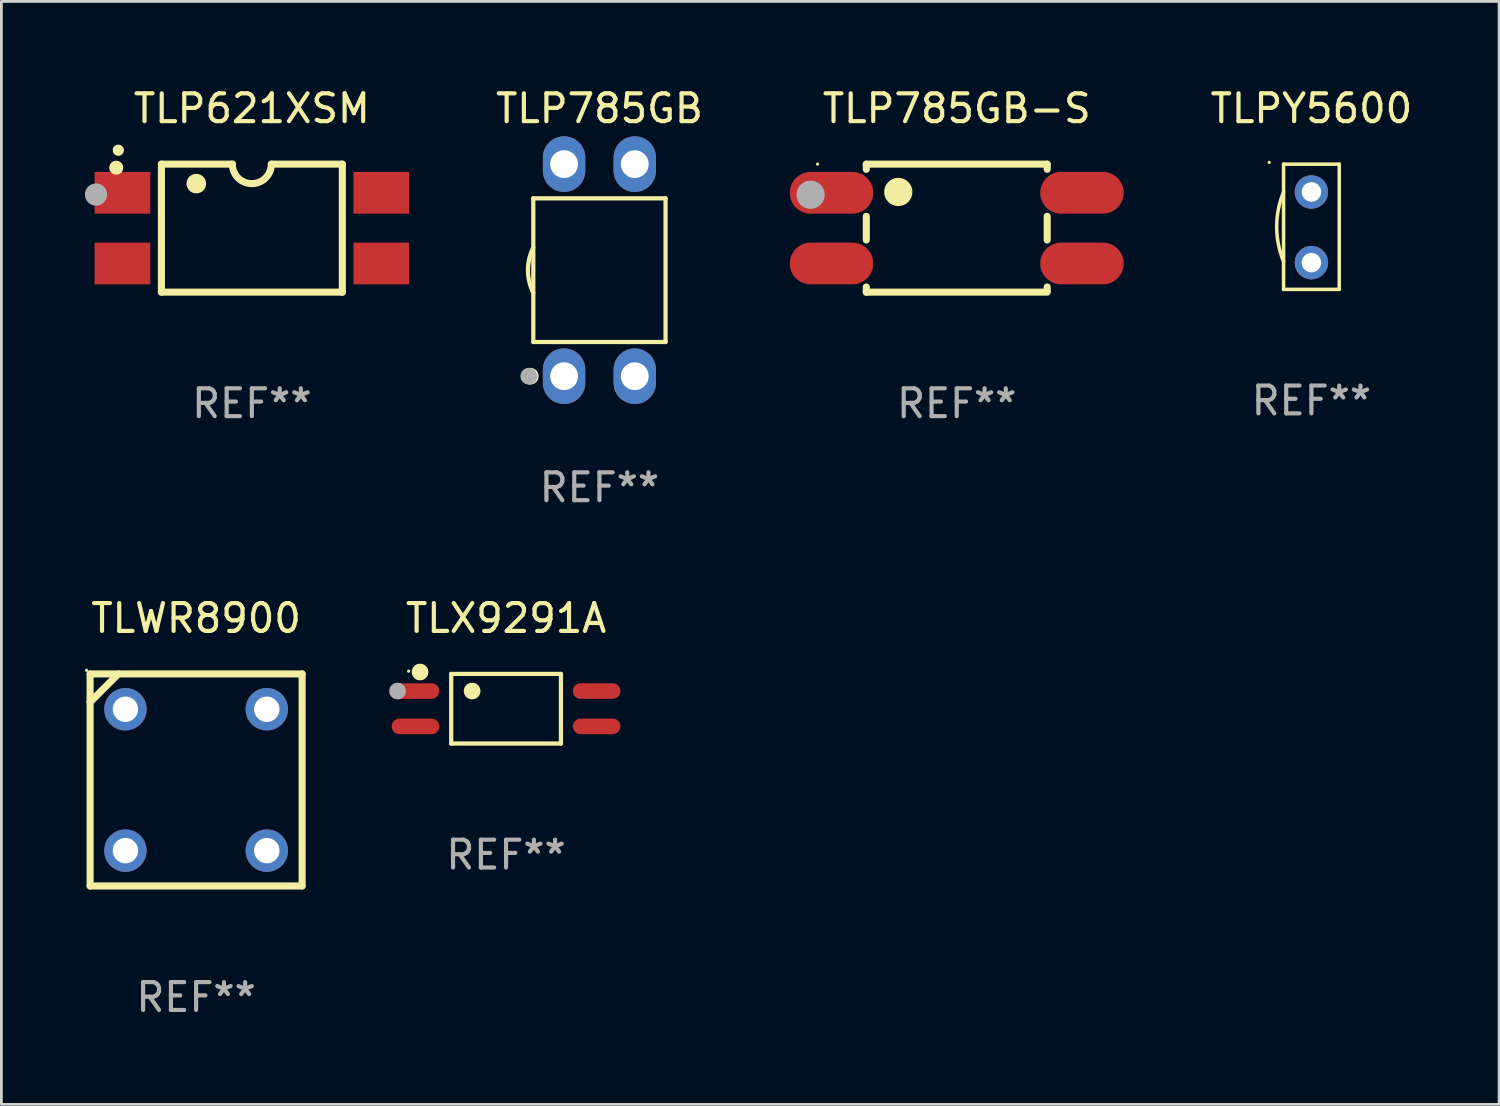
<source format=kicad_pcb>
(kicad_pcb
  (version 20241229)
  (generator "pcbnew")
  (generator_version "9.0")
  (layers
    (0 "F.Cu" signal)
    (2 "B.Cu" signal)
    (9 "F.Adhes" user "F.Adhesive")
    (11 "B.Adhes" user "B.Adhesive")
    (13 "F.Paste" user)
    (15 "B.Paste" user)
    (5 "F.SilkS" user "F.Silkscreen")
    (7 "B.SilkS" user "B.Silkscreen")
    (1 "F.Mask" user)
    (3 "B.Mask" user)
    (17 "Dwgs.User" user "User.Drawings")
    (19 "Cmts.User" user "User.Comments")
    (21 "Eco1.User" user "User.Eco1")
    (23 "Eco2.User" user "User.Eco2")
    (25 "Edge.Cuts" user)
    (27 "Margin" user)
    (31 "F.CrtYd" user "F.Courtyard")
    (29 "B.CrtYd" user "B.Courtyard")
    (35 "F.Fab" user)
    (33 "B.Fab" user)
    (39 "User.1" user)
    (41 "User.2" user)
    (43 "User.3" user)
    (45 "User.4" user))
  (footprint "TLPY5600"
    (layer "F.Cu")
    (at 44.072 5.098)
    (property "Reference" "TLPY5600" (at 0 -4.25 0) (layer "F.SilkS") (effects (font (size 1 1) (thickness 0.15))))
    (attr through_hole)
    (fp_line (start -1 -2.25) (end 1 -2.25) (stroke (width 0.127) (type solid)) (layer "F.SilkS"))
    (fp_line (start -1 2.25) (end -1 -2.25) (stroke (width 0.127) (type solid)) (layer "F.SilkS"))
    (fp_line (start 1 -2.25) (end 1 2.25) (stroke (width 0.127) (type solid)) (layer "F.SilkS"))
    (fp_line (start 1 2.25) (end -1 2.25) (stroke (width 0.127) (type solid)) (layer "F.SilkS"))
    (fp_arc (start -0.998984 1.250127) (mid -1.247527 0.000445) (end -0.998984 -1.249238) (stroke (width 0.127) (type solid)) (layer "F.SilkS"))
    (fp_circle (center -1.516 -2.313) (end -1.486 -2.313) (stroke (width 0.06) (type solid)) (fill no) (layer "F.SilkS"))
    (fp_text user "REF**" (at 0 6.25 0) (layer "F.Fab") (effects (font (size 1 1) (thickness 0.15))))
    (pad "1" thru_hole circle (at 0 -1.25) (size 1.2 1.2) (drill 0.7) (layers "*.Cu" "*.Mask"))
    (pad "2" thru_hole circle (at 0 1.29) (size 1.2 1.2) (drill 0.7) (layers "*.Cu" "*.Mask")))
  (footprint "TLP621XSM"
    (layer "F.Cu")
    (at 6 5.148)
    (property "Reference" "TLP621XSM" (at 0 -4.3 0) (layer "F.SilkS") (effects (font (size 1 1) (thickness 0.15))))
    (attr through_hole)
    (fp_line (start -3.25 -2.3) (end -0.7 -2.3) (stroke (width 0.254) (type solid)) (layer "F.SilkS"))
    (fp_line (start -3.25 2.3) (end -3.25 -2.3) (stroke (width 0.254) (type solid)) (layer "F.SilkS"))
    (fp_line (start 3.25 -2.3) (end 0.7 -2.3) (stroke (width 0.254) (type solid)) (layer "F.SilkS"))
    (fp_line (start 3.25 -2.3) (end 3.25 2.3) (stroke (width 0.254) (type solid)) (layer "F.SilkS"))
    (fp_line (start 3.25 2.3) (end -3.25 2.3) (stroke (width 0.254) (type solid)) (layer "F.SilkS"))
    (fp_arc (start -4.800038 -2.800013) (mid -4.798768 -2.800017) (end -4.797498 -2.800013) (stroke (width 0.4) (type solid)) (layer "F.SilkS"))
    (fp_arc (start -1.998997 -1.600216) (mid -1.996469 -1.600225) (end -1.993942 -1.600216) (stroke (width 0.700003) (type solid)) (layer "F.SilkS"))
    (fp_arc (start 0.699987 -2.300013) (mid -0.00099 -1.60042) (end -0.701054 -2.300927) (stroke (width 0.254001) (type solid)) (layer "F.SilkS"))
    (fp_circle (center -4.873 -2.173) (end -4.746 -2.173) (stroke (width 0.254) (type solid)) (fill no) (layer "F.SilkS"))
    (fp_circle (center -5.6 -1.208) (end -5.4 -1.208) (stroke (width 0.4) (type solid)) (fill no) (layer "F.Fab"))
    (fp_text user "REF**" (at 0 6.3 0) (layer "F.Fab") (effects (font (size 1 1) (thickness 0.15))))
    (pad "1" smd rect (at -4.65 -1.27 90) (size 1.5 2) (layers "F.Cu" "F.Mask" "F.Paste"))
    (pad "2" smd rect (at -4.65 1.27 90) (size 1.5 2) (layers "F.Cu" "F.Mask" "F.Paste"))
    (pad "3" smd rect (at 4.65 1.27 90) (size 1.5 2) (layers "F.Cu" "F.Mask" "F.Paste"))
    (pad "4" smd rect (at 4.65 -1.27 90) (size 1.5 2) (layers "F.Cu" "F.Mask" "F.Paste")))
  (footprint "TLP785GB-S"
    (layer "F.Cu")
    (at 31.328 5.148)
    (property "Reference" "TLP785GB-S" (at 0 -4.3 0) (layer "F.SilkS") (effects (font (size 1 1) (thickness 0.15))))
    (attr through_hole)
    (fp_line (start -3.25 -2.3) (end 3.25 -2.3) (stroke (width 0.254) (type solid)) (layer "F.SilkS"))
    (fp_line (start -3.25 -2.114) (end -3.25 -2.3) (stroke (width 0.254) (type solid)) (layer "F.SilkS"))
    (fp_line (start -3.25 0.426) (end -3.25 -0.426) (stroke (width 0.254) (type solid)) (layer "F.SilkS"))
    (fp_line (start -3.25 2.3) (end -3.25 2.114) (stroke (width 0.254) (type solid)) (layer "F.SilkS"))
    (fp_line (start 3.25 -2.3) (end 3.25 -2.114) (stroke (width 0.254) (type solid)) (layer "F.SilkS"))
    (fp_line (start 3.25 -0.426) (end 3.25 0.426) (stroke (width 0.254) (type solid)) (layer "F.SilkS"))
    (fp_line (start 3.25 2.114) (end 3.25 2.25) (stroke (width 0.254) (type solid)) (layer "F.SilkS"))
    (fp_line (start 3.25 2.3) (end -3.25 2.3) (stroke (width 0.254) (type solid)) (layer "F.SilkS"))
    (fp_circle (center -5 -2.3) (end -4.97 -2.3) (stroke (width 0.06) (type solid)) (fill no) (layer "F.SilkS"))
    (fp_circle (center -2.1 -1.3) (end -1.846 -1.3) (stroke (width 0.508) (type solid)) (fill no) (layer "F.SilkS"))
    (fp_circle (center -5.25 -1.2) (end -4.996 -1.2) (stroke (width 0.508) (type solid)) (fill no) (layer "F.Fab"))
    (fp_text user "REF**" (at 0 6.3 0) (layer "F.Fab") (effects (font (size 1 1) (thickness 0.15))))
    (pad "1" smd oval (at -4.5 -1.27 90) (size 1.5 3) (layers "F.Cu" "F.Mask" "F.Paste"))
    (pad "2" smd oval (at -4.5 1.27 90) (size 1.5 3) (layers "F.Cu" "F.Mask" "F.Paste"))
    (pad "3" smd oval (at 4.5 1.27 90) (size 1.5 3) (layers "F.Cu" "F.Mask" "F.Paste"))
    (pad "4" smd oval (at 4.5 -1.27 90) (size 1.5 3) (layers "F.Cu" "F.Mask" "F.Paste")))
  (footprint "TLP785GB"
    (layer "F.Cu")
    (at 18.489 6.658)
    (property "Reference" "TLP785GB" (at 0 -5.81 0) (layer "F.SilkS") (effects (font (size 1 1) (thickness 0.15))))
    (attr through_hole)
    (fp_line (start -2.376 -2.581) (end 2.376 -2.581) (stroke (width 0.152) (type solid)) (layer "F.SilkS"))
    (fp_line (start -2.376 2.581) (end -2.376 -2.581) (stroke (width 0.152) (type solid)) (layer "F.SilkS"))
    (fp_line (start 2.376 -2.581) (end 2.376 2.581) (stroke (width 0.152) (type solid)) (layer "F.SilkS"))
    (fp_line (start 2.376 2.581) (end -2.376 2.581) (stroke (width 0.152) (type solid)) (layer "F.SilkS"))
    (fp_arc (start -2.3762 0.812496) (mid -2.568004 0) (end -2.3762 -0.812497) (stroke (width 0.1524) (type solid)) (layer "F.SilkS"))
    (fp_circle (center -2.484 3.81) (end -2.334 3.81) (stroke (width 0.3) (type solid)) (fill no) (layer "F.SilkS"))
    (fp_circle (center -2.3 3.935) (end -2.27 3.935) (stroke (width 0.06) (type solid)) (fill no) (layer "F.SilkS"))
    (fp_circle (center -2.54 3.81) (end -2.39 3.81) (stroke (width 0.3) (type solid)) (fill no) (layer "F.Fab"))
    (fp_text user "REF**" (at 0 7.81 0) (layer "F.Fab") (effects (font (size 1 1) (thickness 0.15))))
    (pad "1" thru_hole oval (at -1.27 3.81) (size 1.524 2) (drill 1) (layers "*.Cu" "*.Mask"))
    (pad "2" thru_hole oval (at 1.27 3.81) (size 1.524 2) (drill 1) (layers "*.Cu" "*.Mask"))
    (pad "3" thru_hole oval (at 1.27 -3.81) (size 1.524 2) (drill 1) (layers "*.Cu" "*.Mask"))
    (pad "4" thru_hole oval (at -1.27 -3.81) (size 1.524 2) (drill 1) (layers "*.Cu" "*.Mask")))
  (footprint "TLWR8900"
    (layer "F.Cu")
    (at 3.997 24.975)
    (property "Reference" "TLWR8900" (at 0 -5.81 0) (layer "F.SilkS") (effects (font (size 1 1) (thickness 0.15))))
    (attr through_hole)
    (fp_line (start -3.81 -3.81) (end 3.81 -3.81) (stroke (width 0.254) (type solid)) (layer "F.SilkS"))
    (fp_line (start -3.81 -2.794) (end -2.794 -3.81) (stroke (width 0.254) (type solid)) (layer "F.SilkS"))
    (fp_line (start -3.81 3.81) (end -3.81 -3.81) (stroke (width 0.254) (type solid)) (layer "F.SilkS"))
    (fp_line (start 3.81 -3.81) (end 3.81 3.81) (stroke (width 0.254) (type solid)) (layer "F.SilkS"))
    (fp_line (start 3.81 3.81) (end -3.81 3.81) (stroke (width 0.254) (type solid)) (layer "F.SilkS"))
    (fp_circle (center -3.937 -3.937) (end -3.907 -3.937) (stroke (width 0.06) (type solid)) (fill no) (layer "F.SilkS"))
    (fp_text user "REF**" (at 0 7.81 0) (layer "F.Fab") (effects (font (size 1 1) (thickness 0.15))))
    (pad "1" thru_hole circle (at -2.54 -2.54) (size 1.524 1.524) (drill 0.914) (layers "*.Cu" "*.Mask"))
    (pad "2" thru_hole circle (at 2.54 -2.54) (size 1.524 1.524) (drill 0.914) (layers "*.Cu" "*.Mask"))
    (pad "3" thru_hole circle (at 2.54 2.54) (size 1.524 1.524) (drill 0.914) (layers "*.Cu" "*.Mask"))
    (pad "4" thru_hole circle (at -2.54 2.54) (size 1.524 1.524) (drill 0.914) (layers "*.Cu" "*.Mask")))
  (footprint "TLX9291A"
    (layer "F.Cu")
    (at 15.134 22.416)
    (property "Reference" "TLX9291A" (at 0 -3.251 0) (layer "F.SilkS") (effects (font (size 1 1) (thickness 0.15))))
    (attr through_hole)
    (fp_line (start -1.971 -1.251) (end 1.972 -1.251) (stroke (width 0.152) (type solid)) (layer "F.SilkS"))
    (fp_line (start -1.971 1.251) (end -1.971 -1.251) (stroke (width 0.152) (type solid)) (layer "F.SilkS"))
    (fp_line (start 1.972 -1.251) (end 1.972 1.251) (stroke (width 0.152) (type solid)) (layer "F.SilkS"))
    (fp_line (start 1.972 1.251) (end -1.971 1.251) (stroke (width 0.152) (type solid)) (layer "F.SilkS"))
    (fp_circle (center -3.5 -1.35) (end -3.47 -1.35) (stroke (width 0.06) (type solid)) (fill no) (layer "F.SilkS"))
    (fp_circle (center -3.09 -1.319) (end -2.94 -1.319) (stroke (width 0.3) (type solid)) (fill no) (layer "F.SilkS"))
    (fp_circle (center -1.219 -0.635) (end -1.069 -0.635) (stroke (width 0.3) (type solid)) (fill no) (layer "F.SilkS"))
    (fp_circle (center -3.9 -0.635) (end -3.75 -0.635) (stroke (width 0.3) (type solid)) (fill no) (layer "F.Fab"))
    (fp_text user "REF**" (at 0 5.251 0) (layer "F.Fab") (effects (font (size 1 1) (thickness 0.15))))
    (pad "1" smd oval (at -3.255 -0.635 270) (size 0.56 1.71) (layers "F.Cu" "F.Mask" "F.Paste"))
    (pad "2" smd oval (at -3.255 0.635 270) (size 0.56 1.71) (layers "F.Cu" "F.Mask" "F.Paste"))
    (pad "3" smd oval (at 3.255 0.635 270) (size 0.56 1.71) (layers "F.Cu" "F.Mask" "F.Paste"))
    (pad "4" smd oval (at 3.255 -0.635 270) (size 0.56 1.71) (layers "F.Cu" "F.Mask" "F.Paste")))
  (gr_rect
    (start -3 -3)
    (end 50.816 36.633)
    (stroke (width 0.1) (type default))
    (fill no)
    (layer "Edge.Cuts")))
</source>
